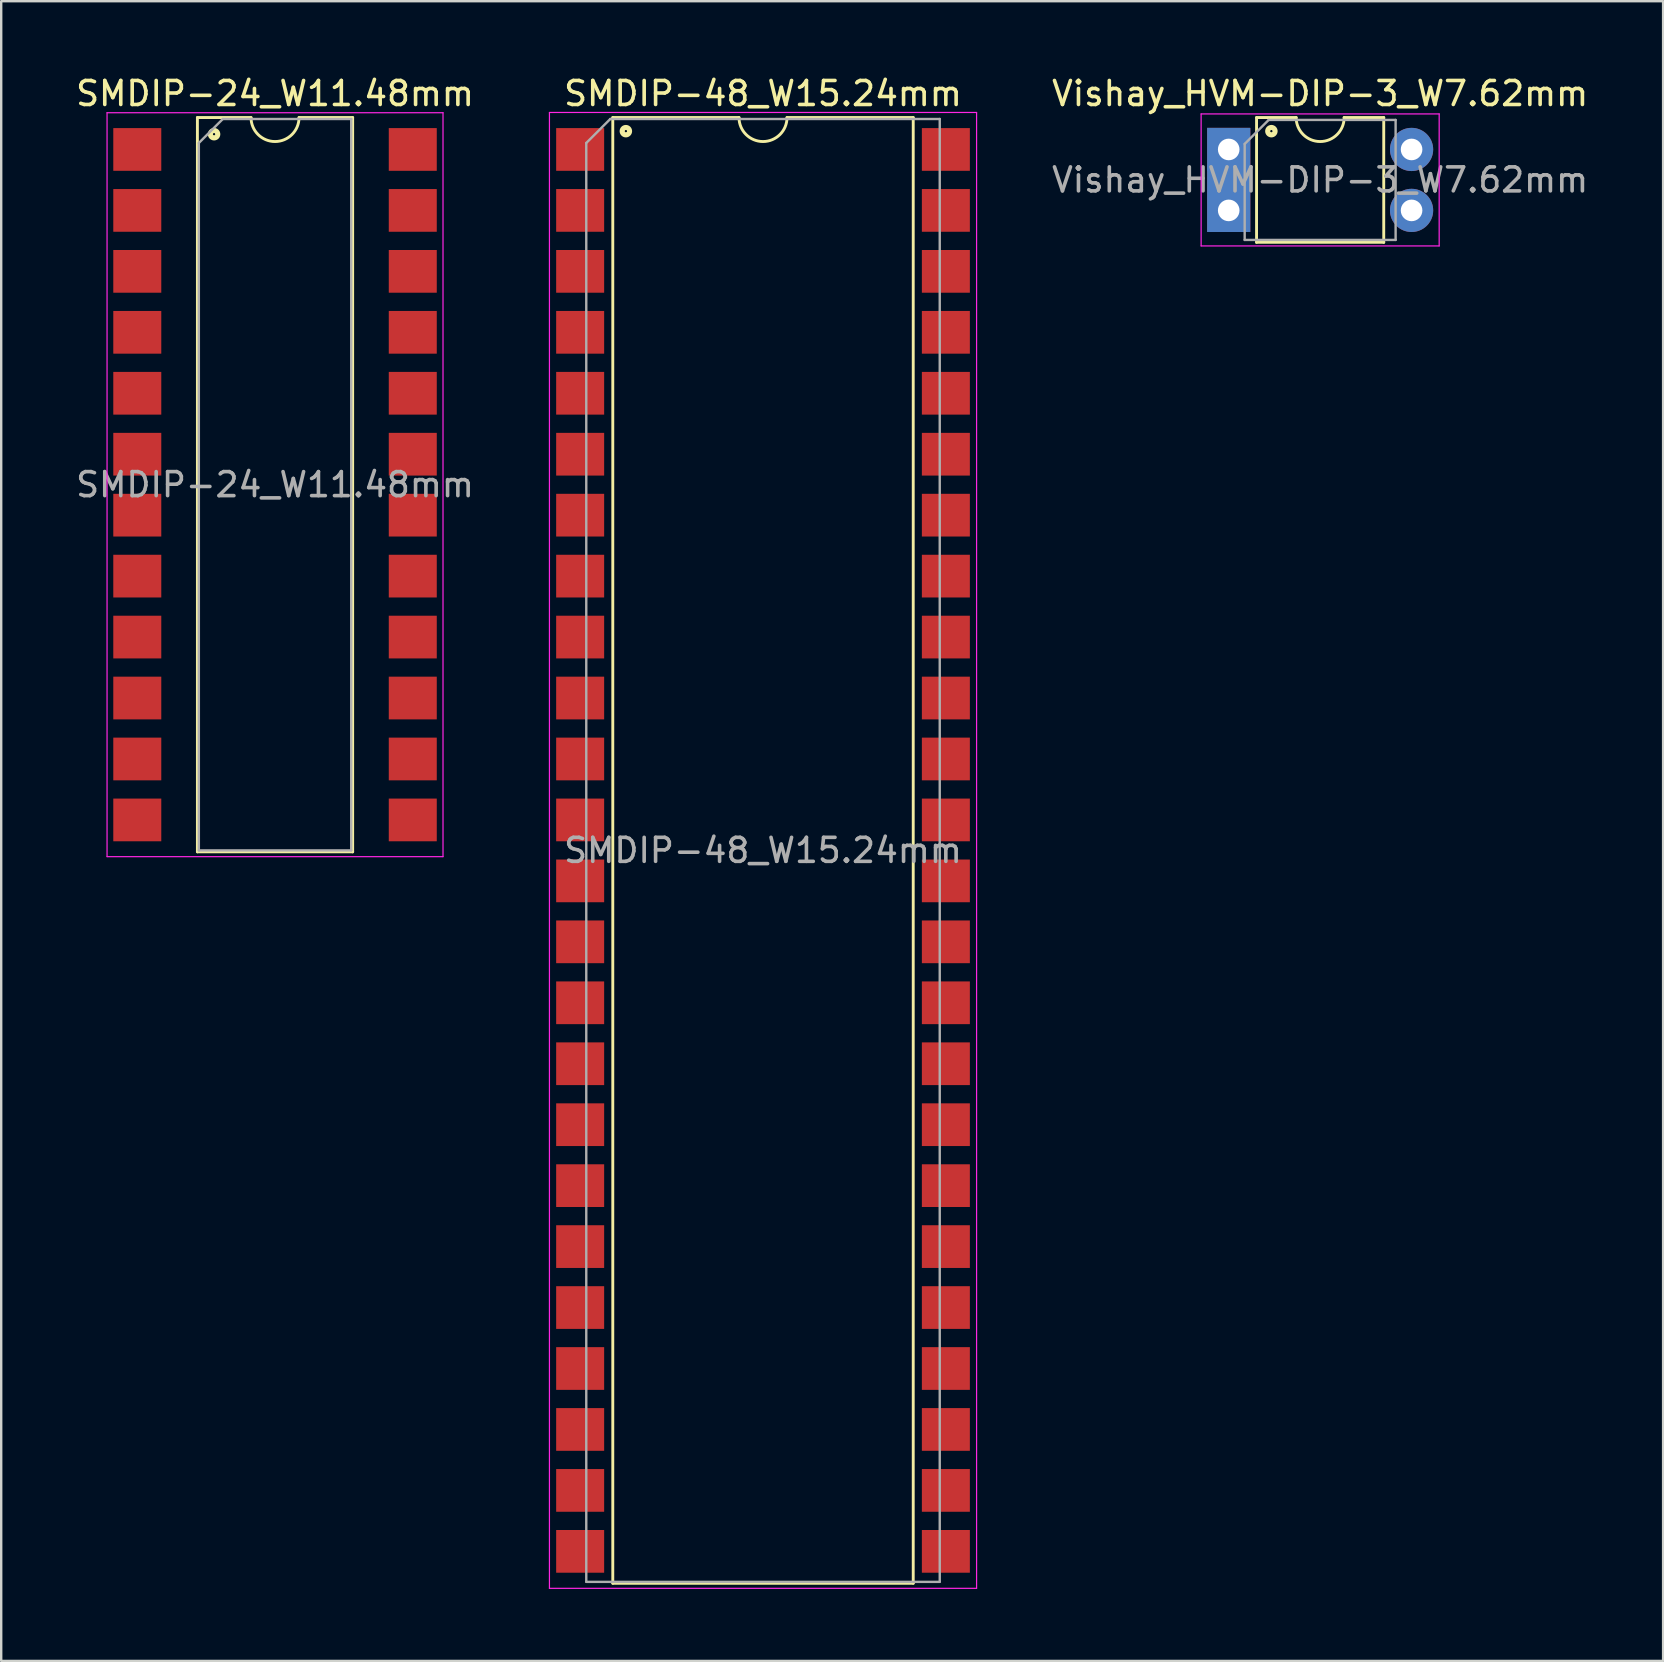
<source format=kicad_pcb>
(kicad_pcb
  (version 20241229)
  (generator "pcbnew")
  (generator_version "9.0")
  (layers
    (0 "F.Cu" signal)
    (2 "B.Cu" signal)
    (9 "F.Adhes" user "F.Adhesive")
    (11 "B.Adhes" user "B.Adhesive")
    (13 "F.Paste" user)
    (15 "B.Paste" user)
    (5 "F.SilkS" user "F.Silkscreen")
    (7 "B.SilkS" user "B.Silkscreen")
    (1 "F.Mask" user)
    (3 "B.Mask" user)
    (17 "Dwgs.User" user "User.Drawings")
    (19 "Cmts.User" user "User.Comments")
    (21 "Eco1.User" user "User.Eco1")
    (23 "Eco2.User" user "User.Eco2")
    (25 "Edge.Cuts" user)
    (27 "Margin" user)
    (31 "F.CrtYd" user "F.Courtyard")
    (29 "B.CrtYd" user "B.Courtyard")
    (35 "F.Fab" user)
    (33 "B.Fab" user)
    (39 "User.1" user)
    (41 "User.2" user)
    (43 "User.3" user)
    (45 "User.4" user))
  (footprint "Vishay_HVM-DIP-3_W7.62mm"
    (layer "F.Cu")
    (at 48.153 3.178)
    (property "Reference" "Vishay_HVM-DIP-3_W7.62mm" (at 3.81 -2.33 0) (layer "F.SilkS") (effects (font (size 1 1) (thickness 0.15))))
    (attr through_hole)
    (fp_line (start 1.16 -1.33) (end 1.16 3.87) (stroke (width 0.12) (type solid)) (layer "F.SilkS"))
    (fp_line (start 1.16 3.87) (end 6.46 3.87) (stroke (width 0.12) (type solid)) (layer "F.SilkS"))
    (fp_line (start 2.81 -1.33) (end 1.16 -1.33) (stroke (width 0.12) (type solid)) (layer "F.SilkS"))
    (fp_line (start 6.46 -1.33) (end 4.81 -1.33) (stroke (width 0.12) (type solid)) (layer "F.SilkS"))
    (fp_line (start 6.46 3.87) (end 6.46 -1.33) (stroke (width 0.12) (type solid)) (layer "F.SilkS"))
    (fp_arc (start 4.81 -1.33) (mid 3.81 -0.33) (end 2.81 -1.33) (stroke (width 0.12) (type solid)) (layer "F.SilkS"))
    (fp_circle (center 1.778 -0.762) (end 1.828 -0.762) (stroke (width 0.12) (type solid)) (fill no) (layer "F.SilkS"))
    (fp_circle (center 1.778 -0.762) (end 1.903 -0.762) (stroke (width 0.12) (type solid)) (fill no) (layer "F.SilkS"))
    (fp_circle (center 1.778 -0.762) (end 1.978 -0.762) (stroke (width 0.12) (type solid)) (fill no) (layer "F.SilkS"))
    (fp_line (start -1.15 -1.48) (end -1.15 4.02) (stroke (width 0.05) (type solid)) (layer "F.CrtYd"))
    (fp_line (start -1.15 -1.48) (end 8.77 -1.48) (stroke (width 0.05) (type solid)) (layer "F.CrtYd"))
    (fp_line (start 8.77 4.02) (end -1.15 4.02) (stroke (width 0.05) (type solid)) (layer "F.CrtYd"))
    (fp_line (start 8.77 4.02) (end 8.77 -1.48) (stroke (width 0.05) (type solid)) (layer "F.CrtYd"))
    (fp_line (start 0.665 -0.23) (end 1.665 -1.23) (stroke (width 0.1) (type solid)) (layer "F.Fab"))
    (fp_line (start 0.665 3.77) (end 0.665 -0.23) (stroke (width 0.1) (type solid)) (layer "F.Fab"))
    (fp_line (start 1.665 -1.23) (end 6.955 -1.23) (stroke (width 0.1) (type solid)) (layer "F.Fab"))
    (fp_line (start 6.955 -1.23) (end 6.955 3.77) (stroke (width 0.1) (type solid)) (layer "F.Fab"))
    (fp_line (start 6.955 3.77) (end 0.665 3.77) (stroke (width 0.1) (type solid)) (layer "F.Fab"))
    (fp_text user "${REFERENCE}" (at 3.81 1.27 0) (layer "F.Fab") (effects (font (size 1 1) (thickness 0.15))))
    (pad "1" thru_hole rect (at 0 0) (size 1.8 1.8) (drill 0.9) (layers "*.Cu" "*.Mask"))
    (pad "1" thru_hole rect (at 0 2.54) (size 1.8 2.8) (drill 0.9 (offset 0 -0.5)) (layers "*.Cu" "*.Mask"))
    (pad "2" thru_hole oval (at 7.62 2.54) (size 1.8 1.8) (drill 0.9) (layers "*.Cu" "*.Mask"))
    (pad "3" thru_hole oval (at 7.62 0) (size 1.8 1.8) (drill 0.9) (layers "*.Cu" "*.Mask")))
  (footprint "SMDIP-24_W11.48mm"
    (layer "F.Cu")
    (at 8.411 17.148)
    (property "Reference" "SMDIP-24_W11.48mm" (at 0 -16.3 0) (layer "F.SilkS") (effects (font (size 1 1) (thickness 0.15))))
    (attr smd)
    (fp_line (start -3.235 -15.3) (end -3.235 15.3) (stroke (width 0.12) (type solid)) (layer "F.SilkS"))
    (fp_line (start -3.235 15.3) (end 3.235 15.3) (stroke (width 0.12) (type solid)) (layer "F.SilkS"))
    (fp_line (start -1 -15.3) (end -3.235 -15.3) (stroke (width 0.12) (type solid)) (layer "F.SilkS"))
    (fp_line (start 3.235 -15.3) (end 1 -15.3) (stroke (width 0.12) (type solid)) (layer "F.SilkS"))
    (fp_line (start 3.235 15.3) (end 3.235 -15.3) (stroke (width 0.12) (type solid)) (layer "F.SilkS"))
    (fp_arc (start 1 -15.3) (mid 0 -14.3) (end -1 -15.3) (stroke (width 0.12) (type solid)) (layer "F.SilkS"))
    (fp_circle (center -2.54 -14.605) (end -2.49 -14.605) (stroke (width 0.12) (type solid)) (fill no) (layer "F.SilkS"))
    (fp_circle (center -2.54 -14.605) (end -2.415 -14.605) (stroke (width 0.12) (type solid)) (fill no) (layer "F.SilkS"))
    (fp_circle (center -2.54 -14.605) (end -2.34 -14.605) (stroke (width 0.12) (type solid)) (fill no) (layer "F.SilkS"))
    (fp_line (start -7 -15.5) (end -7 15.5) (stroke (width 0.05) (type solid)) (layer "F.CrtYd"))
    (fp_line (start -7 15.5) (end 7 15.5) (stroke (width 0.05) (type solid)) (layer "F.CrtYd"))
    (fp_line (start 7 -15.5) (end -7 -15.5) (stroke (width 0.05) (type solid)) (layer "F.CrtYd"))
    (fp_line (start 7 15.5) (end 7 -15.5) (stroke (width 0.05) (type solid)) (layer "F.CrtYd"))
    (fp_line (start -3.175 -14.24) (end -2.175 -15.24) (stroke (width 0.1) (type solid)) (layer "F.Fab"))
    (fp_line (start -3.175 15.24) (end -3.175 -14.24) (stroke (width 0.1) (type solid)) (layer "F.Fab"))
    (fp_line (start -2.175 -15.24) (end 3.175 -15.24) (stroke (width 0.1) (type solid)) (layer "F.Fab"))
    (fp_line (start 3.175 -15.24) (end 3.175 15.24) (stroke (width 0.1) (type solid)) (layer "F.Fab"))
    (fp_line (start 3.175 15.24) (end -3.175 15.24) (stroke (width 0.1) (type solid)) (layer "F.Fab"))
    (fp_text user "${REFERENCE}" (at 0 0 0) (layer "F.Fab") (effects (font (size 1 1) (thickness 0.15))))
    (pad "1" smd rect (at -5.74 -13.97) (size 2 1.78) (layers "F.Cu" "F.Mask" "F.Paste"))
    (pad "2" smd rect (at -5.74 -11.43) (size 2 1.78) (layers "F.Cu" "F.Mask" "F.Paste"))
    (pad "3" smd rect (at -5.74 -8.89) (size 2 1.78) (layers "F.Cu" "F.Mask" "F.Paste"))
    (pad "4" smd rect (at -5.74 -6.35) (size 2 1.78) (layers "F.Cu" "F.Mask" "F.Paste"))
    (pad "5" smd rect (at -5.74 -3.81) (size 2 1.78) (layers "F.Cu" "F.Mask" "F.Paste"))
    (pad "6" smd rect (at -5.74 -1.27) (size 2 1.78) (layers "F.Cu" "F.Mask" "F.Paste"))
    (pad "7" smd rect (at -5.74 1.27) (size 2 1.78) (layers "F.Cu" "F.Mask" "F.Paste"))
    (pad "8" smd rect (at -5.74 3.81) (size 2 1.78) (layers "F.Cu" "F.Mask" "F.Paste"))
    (pad "9" smd rect (at -5.74 6.35) (size 2 1.78) (layers "F.Cu" "F.Mask" "F.Paste"))
    (pad "10" smd rect (at -5.74 8.89) (size 2 1.78) (layers "F.Cu" "F.Mask" "F.Paste"))
    (pad "11" smd rect (at -5.74 11.43) (size 2 1.78) (layers "F.Cu" "F.Mask" "F.Paste"))
    (pad "12" smd rect (at -5.74 13.97) (size 2 1.78) (layers "F.Cu" "F.Mask" "F.Paste"))
    (pad "13" smd rect (at 5.74 13.97) (size 2 1.78) (layers "F.Cu" "F.Mask" "F.Paste"))
    (pad "14" smd rect (at 5.74 11.43) (size 2 1.78) (layers "F.Cu" "F.Mask" "F.Paste"))
    (pad "15" smd rect (at 5.74 8.89) (size 2 1.78) (layers "F.Cu" "F.Mask" "F.Paste"))
    (pad "16" smd rect (at 5.74 6.35) (size 2 1.78) (layers "F.Cu" "F.Mask" "F.Paste"))
    (pad "17" smd rect (at 5.74 3.81) (size 2 1.78) (layers "F.Cu" "F.Mask" "F.Paste"))
    (pad "18" smd rect (at 5.74 1.27) (size 2 1.78) (layers "F.Cu" "F.Mask" "F.Paste"))
    (pad "19" smd rect (at 5.74 -1.27) (size 2 1.78) (layers "F.Cu" "F.Mask" "F.Paste"))
    (pad "20" smd rect (at 5.74 -3.81) (size 2 1.78) (layers "F.Cu" "F.Mask" "F.Paste"))
    (pad "21" smd rect (at 5.74 -6.35) (size 2 1.78) (layers "F.Cu" "F.Mask" "F.Paste"))
    (pad "22" smd rect (at 5.74 -8.89) (size 2 1.78) (layers "F.Cu" "F.Mask" "F.Paste"))
    (pad "23" smd rect (at 5.74 -11.43) (size 2 1.78) (layers "F.Cu" "F.Mask" "F.Paste"))
    (pad "24" smd rect (at 5.74 -13.97) (size 2 1.78) (layers "F.Cu" "F.Mask" "F.Paste")))
  (footprint "SMDIP-48_W15.24mm"
    (layer "F.Cu")
    (at 28.746 32.388)
    (property "Reference" "SMDIP-48_W15.24mm" (at 0 -31.54 0) (layer "F.SilkS") (effects (font (size 1 1) (thickness 0.15))))
    (attr smd)
    (fp_line (start -6.26 -30.54) (end -6.26 30.54) (stroke (width 0.12) (type solid)) (layer "F.SilkS"))
    (fp_line (start -6.26 30.54) (end 6.26 30.54) (stroke (width 0.12) (type solid)) (layer "F.SilkS"))
    (fp_line (start -1 -30.54) (end -6.26 -30.54) (stroke (width 0.12) (type solid)) (layer "F.SilkS"))
    (fp_line (start 6.26 -30.54) (end 1 -30.54) (stroke (width 0.12) (type solid)) (layer "F.SilkS"))
    (fp_line (start 6.26 30.54) (end 6.26 -30.54) (stroke (width 0.12) (type solid)) (layer "F.SilkS"))
    (fp_arc (start 1 -30.54) (mid 0 -29.54) (end -1 -30.54) (stroke (width 0.12) (type solid)) (layer "F.SilkS"))
    (fp_circle (center -5.715 -29.972) (end -5.665 -29.972) (stroke (width 0.12) (type solid)) (fill no) (layer "F.SilkS"))
    (fp_circle (center -5.715 -29.972) (end -5.59 -29.972) (stroke (width 0.12) (type solid)) (fill no) (layer "F.SilkS"))
    (fp_circle (center -5.715 -29.972) (end -5.515 -29.972) (stroke (width 0.12) (type solid)) (fill no) (layer "F.SilkS"))
    (fp_line (start -8.9 -30.75) (end -8.9 30.75) (stroke (width 0.05) (type solid)) (layer "F.CrtYd"))
    (fp_line (start -8.9 30.75) (end 8.9 30.75) (stroke (width 0.05) (type solid)) (layer "F.CrtYd"))
    (fp_line (start 8.9 -30.75) (end -8.9 -30.75) (stroke (width 0.05) (type solid)) (layer "F.CrtYd"))
    (fp_line (start 8.9 30.75) (end 8.9 -30.75) (stroke (width 0.05) (type solid)) (layer "F.CrtYd"))
    (fp_line (start -7.365 -29.48) (end -6.365 -30.48) (stroke (width 0.1) (type solid)) (layer "F.Fab"))
    (fp_line (start -7.365 30.48) (end -7.365 -29.48) (stroke (width 0.1) (type solid)) (layer "F.Fab"))
    (fp_line (start -6.365 -30.48) (end 7.365 -30.48) (stroke (width 0.1) (type solid)) (layer "F.Fab"))
    (fp_line (start 7.365 -30.48) (end 7.365 30.48) (stroke (width 0.1) (type solid)) (layer "F.Fab"))
    (fp_line (start 7.365 30.48) (end -7.365 30.48) (stroke (width 0.1) (type solid)) (layer "F.Fab"))
    (fp_text user "${REFERENCE}" (at 0 0 0) (layer "F.Fab") (effects (font (size 1 1) (thickness 0.15))))
    (pad "1" smd rect (at -7.62 -29.21) (size 2 1.78) (layers "F.Cu" "F.Mask" "F.Paste"))
    (pad "2" smd rect (at -7.62 -26.67) (size 2 1.78) (layers "F.Cu" "F.Mask" "F.Paste"))
    (pad "3" smd rect (at -7.62 -24.13) (size 2 1.78) (layers "F.Cu" "F.Mask" "F.Paste"))
    (pad "4" smd rect (at -7.62 -21.59) (size 2 1.78) (layers "F.Cu" "F.Mask" "F.Paste"))
    (pad "5" smd rect (at -7.62 -19.05) (size 2 1.78) (layers "F.Cu" "F.Mask" "F.Paste"))
    (pad "6" smd rect (at -7.62 -16.51) (size 2 1.78) (layers "F.Cu" "F.Mask" "F.Paste"))
    (pad "7" smd rect (at -7.62 -13.97) (size 2 1.78) (layers "F.Cu" "F.Mask" "F.Paste"))
    (pad "8" smd rect (at -7.62 -11.43) (size 2 1.78) (layers "F.Cu" "F.Mask" "F.Paste"))
    (pad "9" smd rect (at -7.62 -8.89) (size 2 1.78) (layers "F.Cu" "F.Mask" "F.Paste"))
    (pad "10" smd rect (at -7.62 -6.35) (size 2 1.78) (layers "F.Cu" "F.Mask" "F.Paste"))
    (pad "11" smd rect (at -7.62 -3.81) (size 2 1.78) (layers "F.Cu" "F.Mask" "F.Paste"))
    (pad "12" smd rect (at -7.62 -1.27) (size 2 1.78) (layers "F.Cu" "F.Mask" "F.Paste"))
    (pad "13" smd rect (at -7.62 1.27) (size 2 1.78) (layers "F.Cu" "F.Mask" "F.Paste"))
    (pad "14" smd rect (at -7.62 3.81) (size 2 1.78) (layers "F.Cu" "F.Mask" "F.Paste"))
    (pad "15" smd rect (at -7.62 6.35) (size 2 1.78) (layers "F.Cu" "F.Mask" "F.Paste"))
    (pad "16" smd rect (at -7.62 8.89) (size 2 1.78) (layers "F.Cu" "F.Mask" "F.Paste"))
    (pad "17" smd rect (at -7.62 11.43) (size 2 1.78) (layers "F.Cu" "F.Mask" "F.Paste"))
    (pad "18" smd rect (at -7.62 13.97) (size 2 1.78) (layers "F.Cu" "F.Mask" "F.Paste"))
    (pad "19" smd rect (at -7.62 16.51) (size 2 1.78) (layers "F.Cu" "F.Mask" "F.Paste"))
    (pad "20" smd rect (at -7.62 19.05) (size 2 1.78) (layers "F.Cu" "F.Mask" "F.Paste"))
    (pad "21" smd rect (at -7.62 21.59) (size 2 1.78) (layers "F.Cu" "F.Mask" "F.Paste"))
    (pad "22" smd rect (at -7.62 24.13) (size 2 1.78) (layers "F.Cu" "F.Mask" "F.Paste"))
    (pad "23" smd rect (at -7.62 26.67) (size 2 1.78) (layers "F.Cu" "F.Mask" "F.Paste"))
    (pad "24" smd rect (at -7.62 29.21) (size 2 1.78) (layers "F.Cu" "F.Mask" "F.Paste"))
    (pad "25" smd rect (at 7.62 29.21) (size 2 1.78) (layers "F.Cu" "F.Mask" "F.Paste"))
    (pad "26" smd rect (at 7.62 26.67) (size 2 1.78) (layers "F.Cu" "F.Mask" "F.Paste"))
    (pad "27" smd rect (at 7.62 24.13) (size 2 1.78) (layers "F.Cu" "F.Mask" "F.Paste"))
    (pad "28" smd rect (at 7.62 21.59) (size 2 1.78) (layers "F.Cu" "F.Mask" "F.Paste"))
    (pad "29" smd rect (at 7.62 19.05) (size 2 1.78) (layers "F.Cu" "F.Mask" "F.Paste"))
    (pad "30" smd rect (at 7.62 16.51) (size 2 1.78) (layers "F.Cu" "F.Mask" "F.Paste"))
    (pad "31" smd rect (at 7.62 13.97) (size 2 1.78) (layers "F.Cu" "F.Mask" "F.Paste"))
    (pad "32" smd rect (at 7.62 11.43) (size 2 1.78) (layers "F.Cu" "F.Mask" "F.Paste"))
    (pad "33" smd rect (at 7.62 8.89) (size 2 1.78) (layers "F.Cu" "F.Mask" "F.Paste"))
    (pad "34" smd rect (at 7.62 6.35) (size 2 1.78) (layers "F.Cu" "F.Mask" "F.Paste"))
    (pad "35" smd rect (at 7.62 3.81) (size 2 1.78) (layers "F.Cu" "F.Mask" "F.Paste"))
    (pad "36" smd rect (at 7.62 1.27) (size 2 1.78) (layers "F.Cu" "F.Mask" "F.Paste"))
    (pad "37" smd rect (at 7.62 -1.27) (size 2 1.78) (layers "F.Cu" "F.Mask" "F.Paste"))
    (pad "38" smd rect (at 7.62 -3.81) (size 2 1.78) (layers "F.Cu" "F.Mask" "F.Paste"))
    (pad "39" smd rect (at 7.62 -6.35) (size 2 1.78) (layers "F.Cu" "F.Mask" "F.Paste"))
    (pad "40" smd rect (at 7.62 -8.89) (size 2 1.78) (layers "F.Cu" "F.Mask" "F.Paste"))
    (pad "41" smd rect (at 7.62 -11.43) (size 2 1.78) (layers "F.Cu" "F.Mask" "F.Paste"))
    (pad "42" smd rect (at 7.62 -13.97) (size 2 1.78) (layers "F.Cu" "F.Mask" "F.Paste"))
    (pad "43" smd rect (at 7.62 -16.51) (size 2 1.78) (layers "F.Cu" "F.Mask" "F.Paste"))
    (pad "44" smd rect (at 7.62 -19.05) (size 2 1.78) (layers "F.Cu" "F.Mask" "F.Paste"))
    (pad "45" smd rect (at 7.62 -21.59) (size 2 1.78) (layers "F.Cu" "F.Mask" "F.Paste"))
    (pad "46" smd rect (at 7.62 -24.13) (size 2 1.78) (layers "F.Cu" "F.Mask" "F.Paste"))
    (pad "47" smd rect (at 7.62 -26.67) (size 2 1.78) (layers "F.Cu" "F.Mask" "F.Paste"))
    (pad "48" smd rect (at 7.62 -29.21) (size 2 1.78) (layers "F.Cu" "F.Mask" "F.Paste")))
  (gr_rect
    (start -3 -3)
    (end 66.255 66.163)
    (stroke (width 0.1) (type default))
    (fill no)
    (layer "Edge.Cuts")))
</source>
